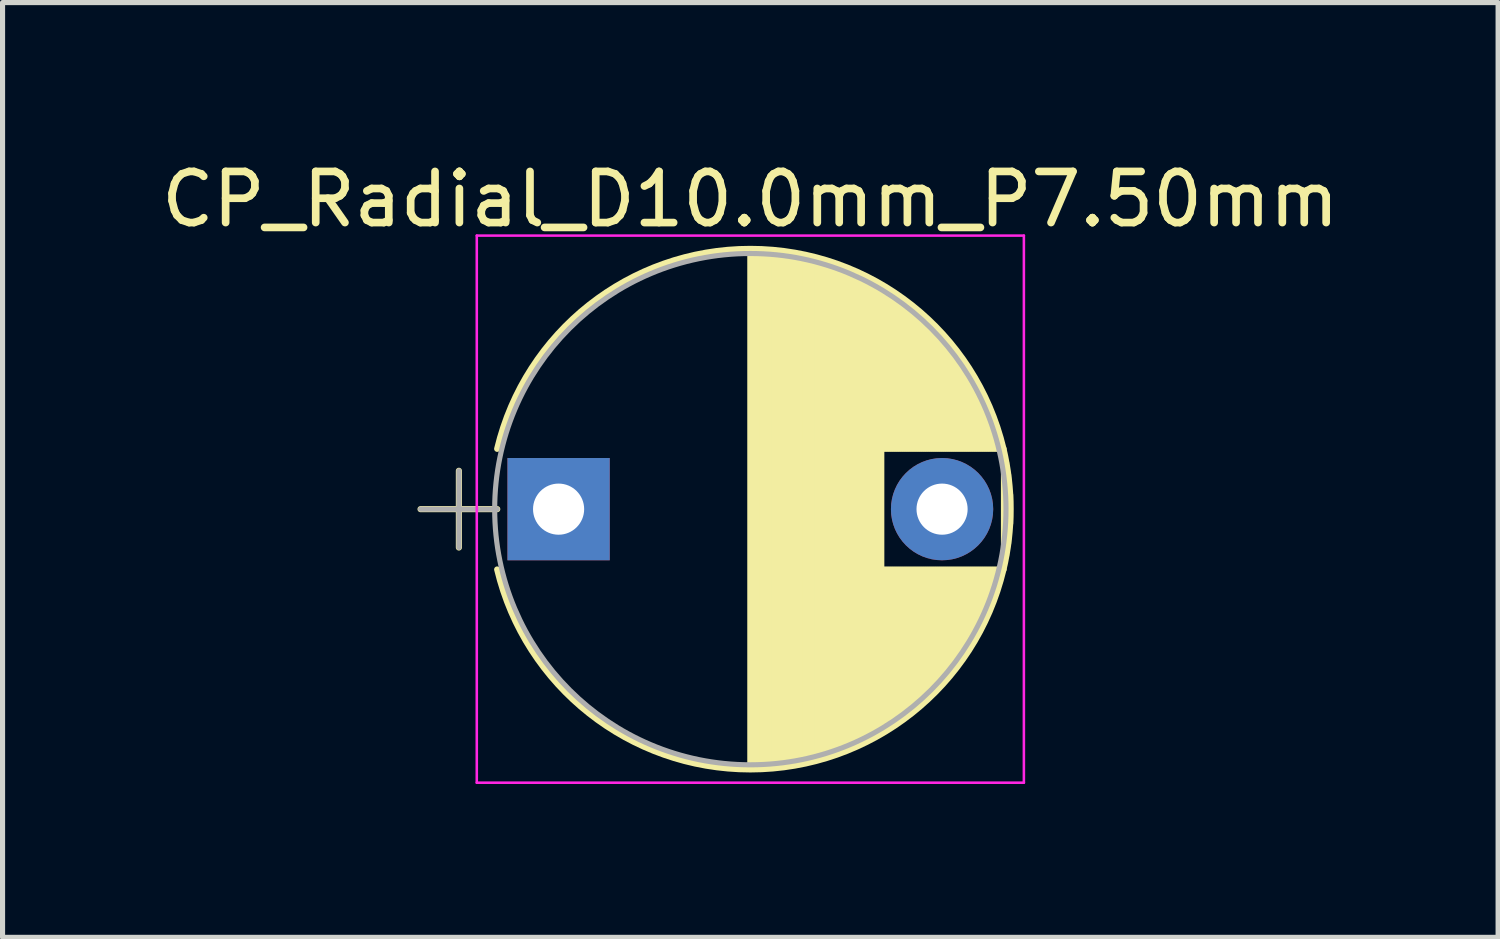
<source format=kicad_pcb>
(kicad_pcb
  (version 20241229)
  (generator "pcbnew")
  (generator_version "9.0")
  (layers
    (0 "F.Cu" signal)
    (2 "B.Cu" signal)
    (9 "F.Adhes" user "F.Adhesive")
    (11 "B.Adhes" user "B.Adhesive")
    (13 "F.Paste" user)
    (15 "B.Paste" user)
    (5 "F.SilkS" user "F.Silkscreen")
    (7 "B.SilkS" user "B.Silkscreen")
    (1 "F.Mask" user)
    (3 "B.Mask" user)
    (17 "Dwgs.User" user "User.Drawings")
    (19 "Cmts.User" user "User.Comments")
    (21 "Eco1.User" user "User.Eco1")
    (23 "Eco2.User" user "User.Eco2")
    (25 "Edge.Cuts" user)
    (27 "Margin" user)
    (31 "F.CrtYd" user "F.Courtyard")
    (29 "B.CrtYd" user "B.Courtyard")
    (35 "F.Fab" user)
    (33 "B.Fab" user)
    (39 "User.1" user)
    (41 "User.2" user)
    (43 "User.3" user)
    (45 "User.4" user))
  (footprint "CP_Radial_D10.0mm_P7.50mm"
    (layer "F.Cu")
    (at 7.875 6.908)
    (property "Reference" "CP_Radial_D10.0mm_P7.50mm" (at 3.75 -6.06 0) (layer "F.SilkS") (effects (font (size 1 1) (thickness 0.15))))
    (attr through_hole)
    (fp_line (start -2.7 0) (end -1.2 0) (stroke (width 0.12) (type solid)) (layer "F.SilkS"))
    (fp_line (start -1.95 -0.75) (end -1.95 0.75) (stroke (width 0.12) (type solid)) (layer "F.SilkS"))
    (fp_line (start 3.75 -5.05) (end 3.75 5.05) (stroke (width 0.12) (type solid)) (layer "F.SilkS"))
    (fp_line (start 3.79 -5.05) (end 3.79 5.05) (stroke (width 0.12) (type solid)) (layer "F.SilkS"))
    (fp_line (start 3.83 -5.05) (end 3.83 5.05) (stroke (width 0.12) (type solid)) (layer "F.SilkS"))
    (fp_line (start 3.87 -5.049) (end 3.87 5.049) (stroke (width 0.12) (type solid)) (layer "F.SilkS"))
    (fp_line (start 3.91 -5.048) (end 3.91 5.048) (stroke (width 0.12) (type solid)) (layer "F.SilkS"))
    (fp_line (start 3.95 -5.047) (end 3.95 5.047) (stroke (width 0.12) (type solid)) (layer "F.SilkS"))
    (fp_line (start 3.99 -5.045) (end 3.99 5.045) (stroke (width 0.12) (type solid)) (layer "F.SilkS"))
    (fp_line (start 4.03 -5.043) (end 4.03 5.043) (stroke (width 0.12) (type solid)) (layer "F.SilkS"))
    (fp_line (start 4.07 -5.04) (end 4.07 5.04) (stroke (width 0.12) (type solid)) (layer "F.SilkS"))
    (fp_line (start 4.11 -5.038) (end 4.11 5.038) (stroke (width 0.12) (type solid)) (layer "F.SilkS"))
    (fp_line (start 4.15 -5.035) (end 4.15 5.035) (stroke (width 0.12) (type solid)) (layer "F.SilkS"))
    (fp_line (start 4.19 -5.031) (end 4.19 5.031) (stroke (width 0.12) (type solid)) (layer "F.SilkS"))
    (fp_line (start 4.23 -5.028) (end 4.23 5.028) (stroke (width 0.12) (type solid)) (layer "F.SilkS"))
    (fp_line (start 4.27 -5.024) (end 4.27 5.024) (stroke (width 0.12) (type solid)) (layer "F.SilkS"))
    (fp_line (start 4.31 -5.02) (end 4.31 5.02) (stroke (width 0.12) (type solid)) (layer "F.SilkS"))
    (fp_line (start 4.35 -5.015) (end 4.35 5.015) (stroke (width 0.12) (type solid)) (layer "F.SilkS"))
    (fp_line (start 4.39 -5.01) (end 4.39 5.01) (stroke (width 0.12) (type solid)) (layer "F.SilkS"))
    (fp_line (start 4.43 -5.005) (end 4.43 5.005) (stroke (width 0.12) (type solid)) (layer "F.SilkS"))
    (fp_line (start 4.471 -4.999) (end 4.471 4.999) (stroke (width 0.12) (type solid)) (layer "F.SilkS"))
    (fp_line (start 4.511 -4.993) (end 4.511 4.993) (stroke (width 0.12) (type solid)) (layer "F.SilkS"))
    (fp_line (start 4.551 -4.987) (end 4.551 4.987) (stroke (width 0.12) (type solid)) (layer "F.SilkS"))
    (fp_line (start 4.591 -4.981) (end 4.591 4.981) (stroke (width 0.12) (type solid)) (layer "F.SilkS"))
    (fp_line (start 4.631 -4.974) (end 4.631 4.974) (stroke (width 0.12) (type solid)) (layer "F.SilkS"))
    (fp_line (start 4.671 -4.967) (end 4.671 4.967) (stroke (width 0.12) (type solid)) (layer "F.SilkS"))
    (fp_line (start 4.711 -4.959) (end 4.711 4.959) (stroke (width 0.12) (type solid)) (layer "F.SilkS"))
    (fp_line (start 4.751 -4.951) (end 4.751 4.951) (stroke (width 0.12) (type solid)) (layer "F.SilkS"))
    (fp_line (start 4.791 -4.943) (end 4.791 4.943) (stroke (width 0.12) (type solid)) (layer "F.SilkS"))
    (fp_line (start 4.831 -4.935) (end 4.831 4.935) (stroke (width 0.12) (type solid)) (layer "F.SilkS"))
    (fp_line (start 4.871 -4.926) (end 4.871 4.926) (stroke (width 0.12) (type solid)) (layer "F.SilkS"))
    (fp_line (start 4.911 -4.917) (end 4.911 4.917) (stroke (width 0.12) (type solid)) (layer "F.SilkS"))
    (fp_line (start 4.951 -4.907) (end 4.951 4.907) (stroke (width 0.12) (type solid)) (layer "F.SilkS"))
    (fp_line (start 4.991 -4.897) (end 4.991 4.897) (stroke (width 0.12) (type solid)) (layer "F.SilkS"))
    (fp_line (start 5.031 -4.887) (end 5.031 4.887) (stroke (width 0.12) (type solid)) (layer "F.SilkS"))
    (fp_line (start 5.071 -4.876) (end 5.071 4.876) (stroke (width 0.12) (type solid)) (layer "F.SilkS"))
    (fp_line (start 5.111 -4.865) (end 5.111 4.865) (stroke (width 0.12) (type solid)) (layer "F.SilkS"))
    (fp_line (start 5.151 -4.854) (end 5.151 4.854) (stroke (width 0.12) (type solid)) (layer "F.SilkS"))
    (fp_line (start 5.191 -4.843) (end 5.191 4.843) (stroke (width 0.12) (type solid)) (layer "F.SilkS"))
    (fp_line (start 5.231 -4.831) (end 5.231 4.831) (stroke (width 0.12) (type solid)) (layer "F.SilkS"))
    (fp_line (start 5.271 -4.818) (end 5.271 4.818) (stroke (width 0.12) (type solid)) (layer "F.SilkS"))
    (fp_line (start 5.311 -4.806) (end 5.311 4.806) (stroke (width 0.12) (type solid)) (layer "F.SilkS"))
    (fp_line (start 5.351 -4.792) (end 5.351 4.792) (stroke (width 0.12) (type solid)) (layer "F.SilkS"))
    (fp_line (start 5.391 -4.779) (end 5.391 4.779) (stroke (width 0.12) (type solid)) (layer "F.SilkS"))
    (fp_line (start 5.431 -4.765) (end 5.431 4.765) (stroke (width 0.12) (type solid)) (layer "F.SilkS"))
    (fp_line (start 5.471 -4.751) (end 5.471 4.751) (stroke (width 0.12) (type solid)) (layer "F.SilkS"))
    (fp_line (start 5.511 -4.737) (end 5.511 4.737) (stroke (width 0.12) (type solid)) (layer "F.SilkS"))
    (fp_line (start 5.551 -4.722) (end 5.551 4.722) (stroke (width 0.12) (type solid)) (layer "F.SilkS"))
    (fp_line (start 5.591 -4.706) (end 5.591 4.706) (stroke (width 0.12) (type solid)) (layer "F.SilkS"))
    (fp_line (start 5.631 -4.691) (end 5.631 4.691) (stroke (width 0.12) (type solid)) (layer "F.SilkS"))
    (fp_line (start 5.671 -4.674) (end 5.671 4.674) (stroke (width 0.12) (type solid)) (layer "F.SilkS"))
    (fp_line (start 5.711 -4.658) (end 5.711 4.658) (stroke (width 0.12) (type solid)) (layer "F.SilkS"))
    (fp_line (start 5.751 -4.641) (end 5.751 4.641) (stroke (width 0.12) (type solid)) (layer "F.SilkS"))
    (fp_line (start 5.791 -4.624) (end 5.791 4.624) (stroke (width 0.12) (type solid)) (layer "F.SilkS"))
    (fp_line (start 5.831 -4.606) (end 5.831 4.606) (stroke (width 0.12) (type solid)) (layer "F.SilkS"))
    (fp_line (start 5.871 -4.588) (end 5.871 4.588) (stroke (width 0.12) (type solid)) (layer "F.SilkS"))
    (fp_line (start 5.911 -4.569) (end 5.911 4.569) (stroke (width 0.12) (type solid)) (layer "F.SilkS"))
    (fp_line (start 5.951 -4.55) (end 5.951 4.55) (stroke (width 0.12) (type solid)) (layer "F.SilkS"))
    (fp_line (start 5.991 -4.531) (end 5.991 4.531) (stroke (width 0.12) (type solid)) (layer "F.SilkS"))
    (fp_line (start 6.031 -4.511) (end 6.031 4.511) (stroke (width 0.12) (type solid)) (layer "F.SilkS"))
    (fp_line (start 6.071 -4.491) (end 6.071 4.491) (stroke (width 0.12) (type solid)) (layer "F.SilkS"))
    (fp_line (start 6.111 -4.47) (end 6.111 4.47) (stroke (width 0.12) (type solid)) (layer "F.SilkS"))
    (fp_line (start 6.151 -4.449) (end 6.151 4.449) (stroke (width 0.12) (type solid)) (layer "F.SilkS"))
    (fp_line (start 6.191 -4.428) (end 6.191 4.428) (stroke (width 0.12) (type solid)) (layer "F.SilkS"))
    (fp_line (start 6.231 -4.405) (end 6.231 4.405) (stroke (width 0.12) (type solid)) (layer "F.SilkS"))
    (fp_line (start 6.271 -4.383) (end 6.271 4.383) (stroke (width 0.12) (type solid)) (layer "F.SilkS"))
    (fp_line (start 6.311 -4.36) (end 6.311 4.36) (stroke (width 0.12) (type solid)) (layer "F.SilkS"))
    (fp_line (start 6.351 -4.336) (end 6.351 -1.181) (stroke (width 0.12) (type solid)) (layer "F.SilkS"))
    (fp_line (start 6.351 1.181) (end 6.351 4.336) (stroke (width 0.12) (type solid)) (layer "F.SilkS"))
    (fp_line (start 6.391 -4.312) (end 6.391 -1.181) (stroke (width 0.12) (type solid)) (layer "F.SilkS"))
    (fp_line (start 6.391 1.181) (end 6.391 4.312) (stroke (width 0.12) (type solid)) (layer "F.SilkS"))
    (fp_line (start 6.431 -4.288) (end 6.431 -1.181) (stroke (width 0.12) (type solid)) (layer "F.SilkS"))
    (fp_line (start 6.431 1.181) (end 6.431 4.288) (stroke (width 0.12) (type solid)) (layer "F.SilkS"))
    (fp_line (start 6.471 -4.263) (end 6.471 -1.181) (stroke (width 0.12) (type solid)) (layer "F.SilkS"))
    (fp_line (start 6.471 1.181) (end 6.471 4.263) (stroke (width 0.12) (type solid)) (layer "F.SilkS"))
    (fp_line (start 6.511 -4.237) (end 6.511 -1.181) (stroke (width 0.12) (type solid)) (layer "F.SilkS"))
    (fp_line (start 6.511 1.181) (end 6.511 4.237) (stroke (width 0.12) (type solid)) (layer "F.SilkS"))
    (fp_line (start 6.551 -4.211) (end 6.551 -1.181) (stroke (width 0.12) (type solid)) (layer "F.SilkS"))
    (fp_line (start 6.551 1.181) (end 6.551 4.211) (stroke (width 0.12) (type solid)) (layer "F.SilkS"))
    (fp_line (start 6.591 -4.185) (end 6.591 -1.181) (stroke (width 0.12) (type solid)) (layer "F.SilkS"))
    (fp_line (start 6.591 1.181) (end 6.591 4.185) (stroke (width 0.12) (type solid)) (layer "F.SilkS"))
    (fp_line (start 6.631 -4.157) (end 6.631 -1.181) (stroke (width 0.12) (type solid)) (layer "F.SilkS"))
    (fp_line (start 6.631 1.181) (end 6.631 4.157) (stroke (width 0.12) (type solid)) (layer "F.SilkS"))
    (fp_line (start 6.671 -4.13) (end 6.671 -1.181) (stroke (width 0.12) (type solid)) (layer "F.SilkS"))
    (fp_line (start 6.671 1.181) (end 6.671 4.13) (stroke (width 0.12) (type solid)) (layer "F.SilkS"))
    (fp_line (start 6.711 -4.101) (end 6.711 -1.181) (stroke (width 0.12) (type solid)) (layer "F.SilkS"))
    (fp_line (start 6.711 1.181) (end 6.711 4.101) (stroke (width 0.12) (type solid)) (layer "F.SilkS"))
    (fp_line (start 6.751 -4.072) (end 6.751 -1.181) (stroke (width 0.12) (type solid)) (layer "F.SilkS"))
    (fp_line (start 6.751 1.181) (end 6.751 4.072) (stroke (width 0.12) (type solid)) (layer "F.SilkS"))
    (fp_line (start 6.791 -4.043) (end 6.791 -1.181) (stroke (width 0.12) (type solid)) (layer "F.SilkS"))
    (fp_line (start 6.791 1.181) (end 6.791 4.043) (stroke (width 0.12) (type solid)) (layer "F.SilkS"))
    (fp_line (start 6.831 -4.013) (end 6.831 -1.181) (stroke (width 0.12) (type solid)) (layer "F.SilkS"))
    (fp_line (start 6.831 1.181) (end 6.831 4.013) (stroke (width 0.12) (type solid)) (layer "F.SilkS"))
    (fp_line (start 6.871 -3.982) (end 6.871 -1.181) (stroke (width 0.12) (type solid)) (layer "F.SilkS"))
    (fp_line (start 6.871 1.181) (end 6.871 3.982) (stroke (width 0.12) (type solid)) (layer "F.SilkS"))
    (fp_line (start 6.911 -3.951) (end 6.911 -1.181) (stroke (width 0.12) (type solid)) (layer "F.SilkS"))
    (fp_line (start 6.911 1.181) (end 6.911 3.951) (stroke (width 0.12) (type solid)) (layer "F.SilkS"))
    (fp_line (start 6.951 -3.919) (end 6.951 -1.181) (stroke (width 0.12) (type solid)) (layer "F.SilkS"))
    (fp_line (start 6.951 1.181) (end 6.951 3.919) (stroke (width 0.12) (type solid)) (layer "F.SilkS"))
    (fp_line (start 6.991 -3.886) (end 6.991 -1.181) (stroke (width 0.12) (type solid)) (layer "F.SilkS"))
    (fp_line (start 6.991 1.181) (end 6.991 3.886) (stroke (width 0.12) (type solid)) (layer "F.SilkS"))
    (fp_line (start 7.031 -3.853) (end 7.031 -1.181) (stroke (width 0.12) (type solid)) (layer "F.SilkS"))
    (fp_line (start 7.031 1.181) (end 7.031 3.853) (stroke (width 0.12) (type solid)) (layer "F.SilkS"))
    (fp_line (start 7.071 -3.819) (end 7.071 -1.181) (stroke (width 0.12) (type solid)) (layer "F.SilkS"))
    (fp_line (start 7.071 1.181) (end 7.071 3.819) (stroke (width 0.12) (type solid)) (layer "F.SilkS"))
    (fp_line (start 7.111 -3.784) (end 7.111 -1.181) (stroke (width 0.12) (type solid)) (layer "F.SilkS"))
    (fp_line (start 7.111 1.181) (end 7.111 3.784) (stroke (width 0.12) (type solid)) (layer "F.SilkS"))
    (fp_line (start 7.151 -3.748) (end 7.151 -1.181) (stroke (width 0.12) (type solid)) (layer "F.SilkS"))
    (fp_line (start 7.151 1.181) (end 7.151 3.748) (stroke (width 0.12) (type solid)) (layer "F.SilkS"))
    (fp_line (start 7.191 -3.712) (end 7.191 -1.181) (stroke (width 0.12) (type solid)) (layer "F.SilkS"))
    (fp_line (start 7.191 1.181) (end 7.191 3.712) (stroke (width 0.12) (type solid)) (layer "F.SilkS"))
    (fp_line (start 7.231 -3.675) (end 7.231 -1.181) (stroke (width 0.12) (type solid)) (layer "F.SilkS"))
    (fp_line (start 7.231 1.181) (end 7.231 3.675) (stroke (width 0.12) (type solid)) (layer "F.SilkS"))
    (fp_line (start 7.271 -3.637) (end 7.271 -1.181) (stroke (width 0.12) (type solid)) (layer "F.SilkS"))
    (fp_line (start 7.271 1.181) (end 7.271 3.637) (stroke (width 0.12) (type solid)) (layer "F.SilkS"))
    (fp_line (start 7.311 -3.598) (end 7.311 -1.181) (stroke (width 0.12) (type solid)) (layer "F.SilkS"))
    (fp_line (start 7.311 1.181) (end 7.311 3.598) (stroke (width 0.12) (type solid)) (layer "F.SilkS"))
    (fp_line (start 7.351 -3.559) (end 7.351 -1.181) (stroke (width 0.12) (type solid)) (layer "F.SilkS"))
    (fp_line (start 7.351 1.181) (end 7.351 3.559) (stroke (width 0.12) (type solid)) (layer "F.SilkS"))
    (fp_line (start 7.391 -3.518) (end 7.391 -1.181) (stroke (width 0.12) (type solid)) (layer "F.SilkS"))
    (fp_line (start 7.391 1.181) (end 7.391 3.518) (stroke (width 0.12) (type solid)) (layer "F.SilkS"))
    (fp_line (start 7.431 -3.477) (end 7.431 -1.181) (stroke (width 0.12) (type solid)) (layer "F.SilkS"))
    (fp_line (start 7.431 1.181) (end 7.431 3.477) (stroke (width 0.12) (type solid)) (layer "F.SilkS"))
    (fp_line (start 7.471 -3.435) (end 7.471 -1.181) (stroke (width 0.12) (type solid)) (layer "F.SilkS"))
    (fp_line (start 7.471 1.181) (end 7.471 3.435) (stroke (width 0.12) (type solid)) (layer "F.SilkS"))
    (fp_line (start 7.511 -3.391) (end 7.511 -1.181) (stroke (width 0.12) (type solid)) (layer "F.SilkS"))
    (fp_line (start 7.511 1.181) (end 7.511 3.391) (stroke (width 0.12) (type solid)) (layer "F.SilkS"))
    (fp_line (start 7.551 -3.347) (end 7.551 -1.181) (stroke (width 0.12) (type solid)) (layer "F.SilkS"))
    (fp_line (start 7.551 1.181) (end 7.551 3.347) (stroke (width 0.12) (type solid)) (layer "F.SilkS"))
    (fp_line (start 7.591 -3.302) (end 7.591 -1.181) (stroke (width 0.12) (type solid)) (layer "F.SilkS"))
    (fp_line (start 7.591 1.181) (end 7.591 3.302) (stroke (width 0.12) (type solid)) (layer "F.SilkS"))
    (fp_line (start 7.631 -3.255) (end 7.631 -1.181) (stroke (width 0.12) (type solid)) (layer "F.SilkS"))
    (fp_line (start 7.631 1.181) (end 7.631 3.255) (stroke (width 0.12) (type solid)) (layer "F.SilkS"))
    (fp_line (start 7.671 -3.207) (end 7.671 -1.181) (stroke (width 0.12) (type solid)) (layer "F.SilkS"))
    (fp_line (start 7.671 1.181) (end 7.671 3.207) (stroke (width 0.12) (type solid)) (layer "F.SilkS"))
    (fp_line (start 7.711 -3.158) (end 7.711 -1.181) (stroke (width 0.12) (type solid)) (layer "F.SilkS"))
    (fp_line (start 7.711 1.181) (end 7.711 3.158) (stroke (width 0.12) (type solid)) (layer "F.SilkS"))
    (fp_line (start 7.751 -3.108) (end 7.751 -1.181) (stroke (width 0.12) (type solid)) (layer "F.SilkS"))
    (fp_line (start 7.751 1.181) (end 7.751 3.108) (stroke (width 0.12) (type solid)) (layer "F.SilkS"))
    (fp_line (start 7.791 -3.057) (end 7.791 -1.181) (stroke (width 0.12) (type solid)) (layer "F.SilkS"))
    (fp_line (start 7.791 1.181) (end 7.791 3.057) (stroke (width 0.12) (type solid)) (layer "F.SilkS"))
    (fp_line (start 7.831 -3.004) (end 7.831 -1.181) (stroke (width 0.12) (type solid)) (layer "F.SilkS"))
    (fp_line (start 7.831 1.181) (end 7.831 3.004) (stroke (width 0.12) (type solid)) (layer "F.SilkS"))
    (fp_line (start 7.871 -2.949) (end 7.871 -1.181) (stroke (width 0.12) (type solid)) (layer "F.SilkS"))
    (fp_line (start 7.871 1.181) (end 7.871 2.949) (stroke (width 0.12) (type solid)) (layer "F.SilkS"))
    (fp_line (start 7.911 -2.894) (end 7.911 -1.181) (stroke (width 0.12) (type solid)) (layer "F.SilkS"))
    (fp_line (start 7.911 1.181) (end 7.911 2.894) (stroke (width 0.12) (type solid)) (layer "F.SilkS"))
    (fp_line (start 7.951 -2.836) (end 7.951 -1.181) (stroke (width 0.12) (type solid)) (layer "F.SilkS"))
    (fp_line (start 7.951 1.181) (end 7.951 2.836) (stroke (width 0.12) (type solid)) (layer "F.SilkS"))
    (fp_line (start 7.991 -2.777) (end 7.991 -1.181) (stroke (width 0.12) (type solid)) (layer "F.SilkS"))
    (fp_line (start 7.991 1.181) (end 7.991 2.777) (stroke (width 0.12) (type solid)) (layer "F.SilkS"))
    (fp_line (start 8.031 -2.715) (end 8.031 -1.181) (stroke (width 0.12) (type solid)) (layer "F.SilkS"))
    (fp_line (start 8.031 1.181) (end 8.031 2.715) (stroke (width 0.12) (type solid)) (layer "F.SilkS"))
    (fp_line (start 8.071 -2.652) (end 8.071 -1.181) (stroke (width 0.12) (type solid)) (layer "F.SilkS"))
    (fp_line (start 8.071 1.181) (end 8.071 2.652) (stroke (width 0.12) (type solid)) (layer "F.SilkS"))
    (fp_line (start 8.111 -2.587) (end 8.111 -1.181) (stroke (width 0.12) (type solid)) (layer "F.SilkS"))
    (fp_line (start 8.111 1.181) (end 8.111 2.587) (stroke (width 0.12) (type solid)) (layer "F.SilkS"))
    (fp_line (start 8.151 -2.519) (end 8.151 -1.181) (stroke (width 0.12) (type solid)) (layer "F.SilkS"))
    (fp_line (start 8.151 1.181) (end 8.151 2.519) (stroke (width 0.12) (type solid)) (layer "F.SilkS"))
    (fp_line (start 8.191 -2.449) (end 8.191 -1.181) (stroke (width 0.12) (type solid)) (layer "F.SilkS"))
    (fp_line (start 8.191 1.181) (end 8.191 2.449) (stroke (width 0.12) (type solid)) (layer "F.SilkS"))
    (fp_line (start 8.231 -2.377) (end 8.231 -1.181) (stroke (width 0.12) (type solid)) (layer "F.SilkS"))
    (fp_line (start 8.231 1.181) (end 8.231 2.377) (stroke (width 0.12) (type solid)) (layer "F.SilkS"))
    (fp_line (start 8.271 -2.301) (end 8.271 -1.181) (stroke (width 0.12) (type solid)) (layer "F.SilkS"))
    (fp_line (start 8.271 1.181) (end 8.271 2.301) (stroke (width 0.12) (type solid)) (layer "F.SilkS"))
    (fp_line (start 8.311 -2.222) (end 8.311 -1.181) (stroke (width 0.12) (type solid)) (layer "F.SilkS"))
    (fp_line (start 8.311 1.181) (end 8.311 2.222) (stroke (width 0.12) (type solid)) (layer "F.SilkS"))
    (fp_line (start 8.351 -2.14) (end 8.351 -1.181) (stroke (width 0.12) (type solid)) (layer "F.SilkS"))
    (fp_line (start 8.351 1.181) (end 8.351 2.14) (stroke (width 0.12) (type solid)) (layer "F.SilkS"))
    (fp_line (start 8.391 -2.053) (end 8.391 -1.181) (stroke (width 0.12) (type solid)) (layer "F.SilkS"))
    (fp_line (start 8.391 1.181) (end 8.391 2.053) (stroke (width 0.12) (type solid)) (layer "F.SilkS"))
    (fp_line (start 8.431 -1.962) (end 8.431 -1.181) (stroke (width 0.12) (type solid)) (layer "F.SilkS"))
    (fp_line (start 8.431 1.181) (end 8.431 1.962) (stroke (width 0.12) (type solid)) (layer "F.SilkS"))
    (fp_line (start 8.471 -1.866) (end 8.471 -1.181) (stroke (width 0.12) (type solid)) (layer "F.SilkS"))
    (fp_line (start 8.471 1.181) (end 8.471 1.866) (stroke (width 0.12) (type solid)) (layer "F.SilkS"))
    (fp_line (start 8.511 -1.763) (end 8.511 -1.181) (stroke (width 0.12) (type solid)) (layer "F.SilkS"))
    (fp_line (start 8.511 1.181) (end 8.511 1.763) (stroke (width 0.12) (type solid)) (layer "F.SilkS"))
    (fp_line (start 8.551 -1.654) (end 8.551 -1.181) (stroke (width 0.12) (type solid)) (layer "F.SilkS"))
    (fp_line (start 8.551 1.181) (end 8.551 1.654) (stroke (width 0.12) (type solid)) (layer "F.SilkS"))
    (fp_line (start 8.591 -1.536) (end 8.591 -1.181) (stroke (width 0.12) (type solid)) (layer "F.SilkS"))
    (fp_line (start 8.591 1.181) (end 8.591 1.536) (stroke (width 0.12) (type solid)) (layer "F.SilkS"))
    (fp_line (start 8.631 -1.407) (end 8.631 -1.181) (stroke (width 0.12) (type solid)) (layer "F.SilkS"))
    (fp_line (start 8.631 1.181) (end 8.631 1.407) (stroke (width 0.12) (type solid)) (layer "F.SilkS"))
    (fp_line (start 8.671 -1.265) (end 8.671 -1.181) (stroke (width 0.12) (type solid)) (layer "F.SilkS"))
    (fp_line (start 8.671 1.181) (end 8.671 1.265) (stroke (width 0.12) (type solid)) (layer "F.SilkS"))
    (fp_line (start 8.711 -1.104) (end 8.711 1.104) (stroke (width 0.12) (type solid)) (layer "F.SilkS"))
    (fp_line (start 8.751 -0.913) (end 8.751 0.913) (stroke (width 0.12) (type solid)) (layer "F.SilkS"))
    (fp_line (start 8.791 -0.672) (end 8.791 0.672) (stroke (width 0.12) (type solid)) (layer "F.SilkS"))
    (fp_line (start 8.831 -0.279) (end 8.831 0.279) (stroke (width 0.12) (type solid)) (layer "F.SilkS"))
    (fp_arc (start -1.201333 -1.18) (mid 3.750414 -5.09) (end 8.701525 -1.179194) (stroke (width 0.12) (type solid)) (layer "F.SilkS"))
    (fp_arc (start 8.701333 -1.18) (mid 8.84 -0.000414) (end 8.701525 1.179194) (stroke (width 0.12) (type solid)) (layer "F.SilkS"))
    (fp_arc (start 8.701525 1.179194) (mid 3.750414 5.09) (end -1.201333 1.18) (stroke (width 0.12) (type solid)) (layer "F.SilkS"))
    (fp_line (start -1.6 -5.35) (end -1.6 5.35) (stroke (width 0.05) (type solid)) (layer "F.CrtYd"))
    (fp_line (start -1.6 5.35) (end 9.1 5.35) (stroke (width 0.05) (type solid)) (layer "F.CrtYd"))
    (fp_line (start 9.1 -5.35) (end -1.6 -5.35) (stroke (width 0.05) (type solid)) (layer "F.CrtYd"))
    (fp_line (start 9.1 5.35) (end 9.1 -5.35) (stroke (width 0.05) (type solid)) (layer "F.CrtYd"))
    (fp_line (start -2.7 0) (end -1.2 0) (stroke (width 0.1) (type solid)) (layer "F.Fab"))
    (fp_line (start -1.95 -0.75) (end -1.95 0.75) (stroke (width 0.1) (type solid)) (layer "F.Fab"))
    (fp_circle (center 3.75 0) (end 8.75 0) (stroke (width 0.1) (type solid)) (fill no) (layer "F.Fab"))
    (pad "1" thru_hole rect (at 0 0) (size 2 2) (drill 1) (layers "*.Cu" "*.Mask"))
    (pad "2" thru_hole circle (at 7.5 0) (size 2 2) (drill 1) (layers "*.Cu" "*.Mask")))
  (gr_rect
    (start -3 -3)
    (end 26.25 15.283)
    (stroke (width 0.1) (type default))
    (fill no)
    (layer "Edge.Cuts")))
</source>
